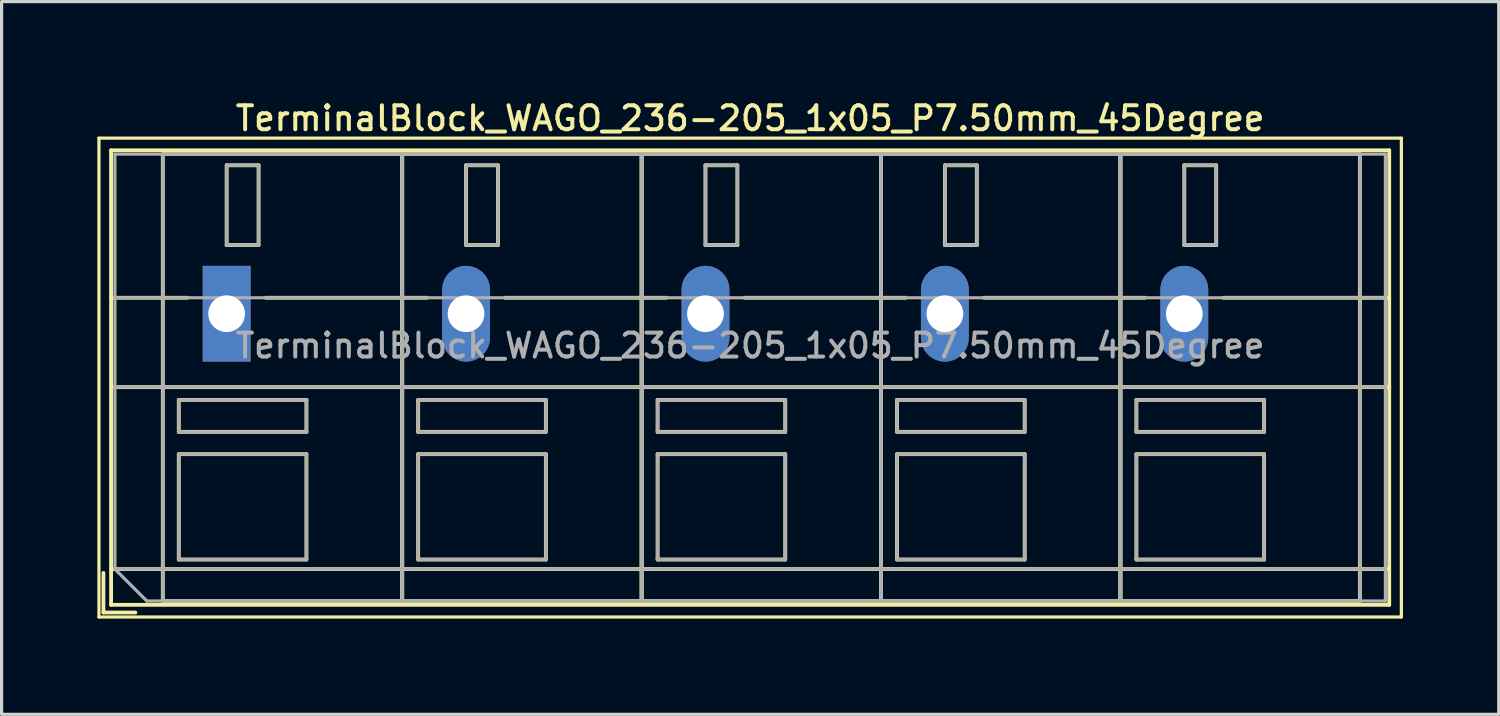
<source format=kicad_pcb>
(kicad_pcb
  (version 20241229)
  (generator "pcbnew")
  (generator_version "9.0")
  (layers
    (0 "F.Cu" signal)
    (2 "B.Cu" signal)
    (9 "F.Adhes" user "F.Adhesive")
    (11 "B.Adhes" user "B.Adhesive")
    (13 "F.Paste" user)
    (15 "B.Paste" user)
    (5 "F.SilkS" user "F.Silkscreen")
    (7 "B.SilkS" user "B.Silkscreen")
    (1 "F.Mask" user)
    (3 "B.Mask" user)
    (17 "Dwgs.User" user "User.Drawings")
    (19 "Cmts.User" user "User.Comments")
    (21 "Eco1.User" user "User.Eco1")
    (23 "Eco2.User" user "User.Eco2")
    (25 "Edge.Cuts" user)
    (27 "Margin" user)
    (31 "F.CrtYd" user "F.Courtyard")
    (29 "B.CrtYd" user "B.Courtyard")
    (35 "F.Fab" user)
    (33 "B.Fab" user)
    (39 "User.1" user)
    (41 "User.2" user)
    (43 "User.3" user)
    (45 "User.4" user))
  (footprint "TerminalBlock_WAGO_236-205_1x05_P7.50mm_45Degree"
    (layer "F.Cu")
    (at 4.05 6.778)
    (property "Reference" "TerminalBlock_WAGO_236-205_1x05_P7.50mm_45Degree" (at 16.4 -6.12 0) (layer "F.SilkS") (effects (font (size 0.75 0.75) (thickness 0.125))))
    (attr through_hole)
    (fp_line (start -4 -5.5) (end -4 9.5) (stroke (width 0.1) (type solid)) (layer "F.SilkS"))
    (fp_line (start -4 9.5) (end 36.8 9.5) (stroke (width 0.1) (type solid)) (layer "F.SilkS"))
    (fp_line (start -3.86 8.12) (end -3.86 9.36) (stroke (width 0.12) (type solid)) (layer "F.SilkS"))
    (fp_line (start -3.86 9.36) (end -2.86 9.36) (stroke (width 0.12) (type solid)) (layer "F.SilkS"))
    (fp_line (start -3.62 -5.12) (end -3.62 9.12) (stroke (width 0.12) (type solid)) (layer "F.SilkS"))
    (fp_line (start -3.62 -5.12) (end 36.42 -5.12) (stroke (width 0.12) (type solid)) (layer "F.SilkS"))
    (fp_line (start -3.62 -0.5) (end -1.23 -0.5) (stroke (width 0.12) (type solid)) (layer "F.SilkS"))
    (fp_line (start -3.62 2.3) (end 36.42 2.3) (stroke (width 0.12) (type solid)) (layer "F.SilkS"))
    (fp_line (start -3.62 8) (end 36.42 8) (stroke (width 0.12) (type solid)) (layer "F.SilkS"))
    (fp_line (start -3.62 9.12) (end 36.42 9.12) (stroke (width 0.12) (type solid)) (layer "F.SilkS"))
    (fp_line (start -2 -5) (end -2 9) (stroke (width 0.12) (type solid)) (layer "F.SilkS"))
    (fp_line (start -2 -5) (end 5.5 -5) (stroke (width 0.12) (type solid)) (layer "F.SilkS"))
    (fp_line (start -2 9) (end 5.5 9) (stroke (width 0.12) (type solid)) (layer "F.SilkS"))
    (fp_line (start -1.5 2.7) (end -1.5 3.7) (stroke (width 0.12) (type solid)) (layer "F.SilkS"))
    (fp_line (start -1.5 2.7) (end 2.5 2.7) (stroke (width 0.12) (type solid)) (layer "F.SilkS"))
    (fp_line (start -1.5 3.7) (end 2.5 3.7) (stroke (width 0.12) (type solid)) (layer "F.SilkS"))
    (fp_line (start -1.5 4.4) (end -1.5 7.7) (stroke (width 0.12) (type solid)) (layer "F.SilkS"))
    (fp_line (start -1.5 4.4) (end 2.5 4.4) (stroke (width 0.12) (type solid)) (layer "F.SilkS"))
    (fp_line (start -1.5 7.7) (end 2.5 7.7) (stroke (width 0.12) (type solid)) (layer "F.SilkS"))
    (fp_line (start 0 -4.65) (end 0 -2.151) (stroke (width 0.12) (type solid)) (layer "F.SilkS"))
    (fp_line (start 0 -4.65) (end 1 -4.65) (stroke (width 0.12) (type solid)) (layer "F.SilkS"))
    (fp_line (start 0 -2.151) (end 1 -2.151) (stroke (width 0.12) (type solid)) (layer "F.SilkS"))
    (fp_line (start 1 -4.65) (end 1 -2.151) (stroke (width 0.12) (type solid)) (layer "F.SilkS"))
    (fp_line (start 1.23 -0.5) (end 6.27 -0.5) (stroke (width 0.12) (type solid)) (layer "F.SilkS"))
    (fp_line (start 2.5 2.7) (end 2.5 3.7) (stroke (width 0.12) (type solid)) (layer "F.SilkS"))
    (fp_line (start 2.5 4.4) (end 2.5 7.7) (stroke (width 0.12) (type solid)) (layer "F.SilkS"))
    (fp_line (start 5.5 -5) (end 5.5 9) (stroke (width 0.12) (type solid)) (layer "F.SilkS"))
    (fp_line (start 5.5 -5) (end 5.5 9) (stroke (width 0.12) (type solid)) (layer "F.SilkS"))
    (fp_line (start 5.5 -5) (end 13 -5) (stroke (width 0.12) (type solid)) (layer "F.SilkS"))
    (fp_line (start 5.5 9) (end 13 9) (stroke (width 0.12) (type solid)) (layer "F.SilkS"))
    (fp_line (start 6 2.7) (end 6 3.7) (stroke (width 0.12) (type solid)) (layer "F.SilkS"))
    (fp_line (start 6 2.7) (end 10 2.7) (stroke (width 0.12) (type solid)) (layer "F.SilkS"))
    (fp_line (start 6 3.7) (end 10 3.7) (stroke (width 0.12) (type solid)) (layer "F.SilkS"))
    (fp_line (start 6 4.4) (end 6 7.7) (stroke (width 0.12) (type solid)) (layer "F.SilkS"))
    (fp_line (start 6 4.4) (end 10 4.4) (stroke (width 0.12) (type solid)) (layer "F.SilkS"))
    (fp_line (start 6 7.7) (end 10 7.7) (stroke (width 0.12) (type solid)) (layer "F.SilkS"))
    (fp_line (start 7.5 -4.65) (end 7.5 -2.151) (stroke (width 0.12) (type solid)) (layer "F.SilkS"))
    (fp_line (start 7.5 -4.65) (end 8.5 -4.65) (stroke (width 0.12) (type solid)) (layer "F.SilkS"))
    (fp_line (start 7.5 -2.151) (end 8.5 -2.151) (stroke (width 0.12) (type solid)) (layer "F.SilkS"))
    (fp_line (start 8.5 -4.65) (end 8.5 -2.151) (stroke (width 0.12) (type solid)) (layer "F.SilkS"))
    (fp_line (start 8.73 -0.5) (end 13.77 -0.5) (stroke (width 0.12) (type solid)) (layer "F.SilkS"))
    (fp_line (start 10 2.7) (end 10 3.7) (stroke (width 0.12) (type solid)) (layer "F.SilkS"))
    (fp_line (start 10 4.4) (end 10 7.7) (stroke (width 0.12) (type solid)) (layer "F.SilkS"))
    (fp_line (start 13 -5) (end 13 9) (stroke (width 0.12) (type solid)) (layer "F.SilkS"))
    (fp_line (start 13 -5) (end 13 9) (stroke (width 0.12) (type solid)) (layer "F.SilkS"))
    (fp_line (start 13 -5) (end 20.5 -5) (stroke (width 0.12) (type solid)) (layer "F.SilkS"))
    (fp_line (start 13 9) (end 20.5 9) (stroke (width 0.12) (type solid)) (layer "F.SilkS"))
    (fp_line (start 13.5 2.7) (end 13.5 3.7) (stroke (width 0.12) (type solid)) (layer "F.SilkS"))
    (fp_line (start 13.5 2.7) (end 17.5 2.7) (stroke (width 0.12) (type solid)) (layer "F.SilkS"))
    (fp_line (start 13.5 3.7) (end 17.5 3.7) (stroke (width 0.12) (type solid)) (layer "F.SilkS"))
    (fp_line (start 13.5 4.4) (end 13.5 7.7) (stroke (width 0.12) (type solid)) (layer "F.SilkS"))
    (fp_line (start 13.5 4.4) (end 17.5 4.4) (stroke (width 0.12) (type solid)) (layer "F.SilkS"))
    (fp_line (start 13.5 7.7) (end 17.5 7.7) (stroke (width 0.12) (type solid)) (layer "F.SilkS"))
    (fp_line (start 15 -4.65) (end 15 -2.151) (stroke (width 0.12) (type solid)) (layer "F.SilkS"))
    (fp_line (start 15 -4.65) (end 16 -4.65) (stroke (width 0.12) (type solid)) (layer "F.SilkS"))
    (fp_line (start 15 -2.151) (end 16 -2.151) (stroke (width 0.12) (type solid)) (layer "F.SilkS"))
    (fp_line (start 16 -4.65) (end 16 -2.151) (stroke (width 0.12) (type solid)) (layer "F.SilkS"))
    (fp_line (start 16.23 -0.5) (end 21.27 -0.5) (stroke (width 0.12) (type solid)) (layer "F.SilkS"))
    (fp_line (start 17.5 2.7) (end 17.5 3.7) (stroke (width 0.12) (type solid)) (layer "F.SilkS"))
    (fp_line (start 17.5 4.4) (end 17.5 7.7) (stroke (width 0.12) (type solid)) (layer "F.SilkS"))
    (fp_line (start 20.5 -5) (end 20.5 9) (stroke (width 0.12) (type solid)) (layer "F.SilkS"))
    (fp_line (start 20.5 -5) (end 20.5 9) (stroke (width 0.12) (type solid)) (layer "F.SilkS"))
    (fp_line (start 20.5 -5) (end 28 -5) (stroke (width 0.12) (type solid)) (layer "F.SilkS"))
    (fp_line (start 20.5 9) (end 28 9) (stroke (width 0.12) (type solid)) (layer "F.SilkS"))
    (fp_line (start 21 2.7) (end 21 3.7) (stroke (width 0.12) (type solid)) (layer "F.SilkS"))
    (fp_line (start 21 2.7) (end 25 2.7) (stroke (width 0.12) (type solid)) (layer "F.SilkS"))
    (fp_line (start 21 3.7) (end 25 3.7) (stroke (width 0.12) (type solid)) (layer "F.SilkS"))
    (fp_line (start 21 4.4) (end 21 7.7) (stroke (width 0.12) (type solid)) (layer "F.SilkS"))
    (fp_line (start 21 4.4) (end 25 4.4) (stroke (width 0.12) (type solid)) (layer "F.SilkS"))
    (fp_line (start 21 7.7) (end 25 7.7) (stroke (width 0.12) (type solid)) (layer "F.SilkS"))
    (fp_line (start 22.5 -4.65) (end 22.5 -2.151) (stroke (width 0.12) (type solid)) (layer "F.SilkS"))
    (fp_line (start 22.5 -4.65) (end 23.5 -4.65) (stroke (width 0.12) (type solid)) (layer "F.SilkS"))
    (fp_line (start 22.5 -2.151) (end 23.5 -2.151) (stroke (width 0.12) (type solid)) (layer "F.SilkS"))
    (fp_line (start 23.5 -4.65) (end 23.5 -2.151) (stroke (width 0.12) (type solid)) (layer "F.SilkS"))
    (fp_line (start 23.73 -0.5) (end 28.77 -0.5) (stroke (width 0.12) (type solid)) (layer "F.SilkS"))
    (fp_line (start 25 2.7) (end 25 3.7) (stroke (width 0.12) (type solid)) (layer "F.SilkS"))
    (fp_line (start 25 4.4) (end 25 7.7) (stroke (width 0.12) (type solid)) (layer "F.SilkS"))
    (fp_line (start 28 -5) (end 28 9) (stroke (width 0.12) (type solid)) (layer "F.SilkS"))
    (fp_line (start 28 -5) (end 28 9) (stroke (width 0.12) (type solid)) (layer "F.SilkS"))
    (fp_line (start 28 -5) (end 35.5 -5) (stroke (width 0.12) (type solid)) (layer "F.SilkS"))
    (fp_line (start 28 9) (end 35.5 9) (stroke (width 0.12) (type solid)) (layer "F.SilkS"))
    (fp_line (start 28.5 2.7) (end 28.5 3.7) (stroke (width 0.12) (type solid)) (layer "F.SilkS"))
    (fp_line (start 28.5 2.7) (end 32.5 2.7) (stroke (width 0.12) (type solid)) (layer "F.SilkS"))
    (fp_line (start 28.5 3.7) (end 32.5 3.7) (stroke (width 0.12) (type solid)) (layer "F.SilkS"))
    (fp_line (start 28.5 4.4) (end 28.5 7.7) (stroke (width 0.12) (type solid)) (layer "F.SilkS"))
    (fp_line (start 28.5 4.4) (end 32.5 4.4) (stroke (width 0.12) (type solid)) (layer "F.SilkS"))
    (fp_line (start 28.5 7.7) (end 32.5 7.7) (stroke (width 0.12) (type solid)) (layer "F.SilkS"))
    (fp_line (start 30 -4.65) (end 30 -2.151) (stroke (width 0.12) (type solid)) (layer "F.SilkS"))
    (fp_line (start 30 -4.65) (end 31 -4.65) (stroke (width 0.12) (type solid)) (layer "F.SilkS"))
    (fp_line (start 30 -2.151) (end 31 -2.151) (stroke (width 0.12) (type solid)) (layer "F.SilkS"))
    (fp_line (start 31 -4.65) (end 31 -2.151) (stroke (width 0.12) (type solid)) (layer "F.SilkS"))
    (fp_line (start 31.23 -0.5) (end 36.42 -0.5) (stroke (width 0.12) (type solid)) (layer "F.SilkS"))
    (fp_line (start 32.5 2.7) (end 32.5 3.7) (stroke (width 0.12) (type solid)) (layer "F.SilkS"))
    (fp_line (start 32.5 4.4) (end 32.5 7.7) (stroke (width 0.12) (type solid)) (layer "F.SilkS"))
    (fp_line (start 35.5 -5) (end 35.5 9) (stroke (width 0.12) (type solid)) (layer "F.SilkS"))
    (fp_line (start 36.42 -5.12) (end 36.42 9.12) (stroke (width 0.12) (type solid)) (layer "F.SilkS"))
    (fp_line (start 36.8 -5.5) (end -4 -5.5) (stroke (width 0.1) (type solid)) (layer "F.SilkS"))
    (fp_line (start 36.8 9.5) (end 36.8 -5.5) (stroke (width 0.1) (type solid)) (layer "F.SilkS"))
    (fp_line (start -3.5 -5) (end 36.3 -5) (stroke (width 0.1) (type solid)) (layer "F.Fab"))
    (fp_line (start -3.5 -0.5) (end 36.3 -0.5) (stroke (width 0.1) (type solid)) (layer "F.Fab"))
    (fp_line (start -3.5 2.3) (end 36.3 2.3) (stroke (width 0.1) (type solid)) (layer "F.Fab"))
    (fp_line (start -3.5 8) (end -3.5 -5) (stroke (width 0.1) (type solid)) (layer "F.Fab"))
    (fp_line (start -3.5 8) (end 36.3 8) (stroke (width 0.1) (type solid)) (layer "F.Fab"))
    (fp_line (start -2.5 9) (end -3.5 8) (stroke (width 0.1) (type solid)) (layer "F.Fab"))
    (fp_line (start -2 -5) (end -2 9) (stroke (width 0.1) (type solid)) (layer "F.Fab"))
    (fp_line (start -2 9) (end 5.5 9) (stroke (width 0.1) (type solid)) (layer "F.Fab"))
    (fp_line (start -1.5 2.7) (end -1.5 3.7) (stroke (width 0.1) (type solid)) (layer "F.Fab"))
    (fp_line (start -1.5 3.7) (end 2.5 3.7) (stroke (width 0.1) (type solid)) (layer "F.Fab"))
    (fp_line (start -1.5 4.4) (end -1.5 7.7) (stroke (width 0.1) (type solid)) (layer "F.Fab"))
    (fp_line (start -1.5 7.7) (end 2.5 7.7) (stroke (width 0.1) (type solid)) (layer "F.Fab"))
    (fp_line (start 0 -4.65) (end 0 -2.15) (stroke (width 0.1) (type solid)) (layer "F.Fab"))
    (fp_line (start 0 -2.15) (end 1 -2.15) (stroke (width 0.1) (type solid)) (layer "F.Fab"))
    (fp_line (start 1 -4.65) (end 0 -4.65) (stroke (width 0.1) (type solid)) (layer "F.Fab"))
    (fp_line (start 1 -2.15) (end 1 -4.65) (stroke (width 0.1) (type solid)) (layer "F.Fab"))
    (fp_line (start 2.5 2.7) (end -1.5 2.7) (stroke (width 0.1) (type solid)) (layer "F.Fab"))
    (fp_line (start 2.5 3.7) (end 2.5 2.7) (stroke (width 0.1) (type solid)) (layer "F.Fab"))
    (fp_line (start 2.5 4.4) (end -1.5 4.4) (stroke (width 0.1) (type solid)) (layer "F.Fab"))
    (fp_line (start 2.5 7.7) (end 2.5 4.4) (stroke (width 0.1) (type solid)) (layer "F.Fab"))
    (fp_line (start 5.5 -5) (end -2 -5) (stroke (width 0.1) (type solid)) (layer "F.Fab"))
    (fp_line (start 5.5 -5) (end 5.5 9) (stroke (width 0.1) (type solid)) (layer "F.Fab"))
    (fp_line (start 5.5 9) (end 5.5 -5) (stroke (width 0.1) (type solid)) (layer "F.Fab"))
    (fp_line (start 5.5 9) (end 13 9) (stroke (width 0.1) (type solid)) (layer "F.Fab"))
    (fp_line (start 6 2.7) (end 6 3.7) (stroke (width 0.1) (type solid)) (layer "F.Fab"))
    (fp_line (start 6 3.7) (end 10 3.7) (stroke (width 0.1) (type solid)) (layer "F.Fab"))
    (fp_line (start 6 4.4) (end 6 7.7) (stroke (width 0.1) (type solid)) (layer "F.Fab"))
    (fp_line (start 6 7.7) (end 10 7.7) (stroke (width 0.1) (type solid)) (layer "F.Fab"))
    (fp_line (start 7.5 -4.65) (end 7.5 -2.15) (stroke (width 0.1) (type solid)) (layer "F.Fab"))
    (fp_line (start 7.5 -2.15) (end 8.5 -2.15) (stroke (width 0.1) (type solid)) (layer "F.Fab"))
    (fp_line (start 8.5 -4.65) (end 7.5 -4.65) (stroke (width 0.1) (type solid)) (layer "F.Fab"))
    (fp_line (start 8.5 -2.15) (end 8.5 -4.65) (stroke (width 0.1) (type solid)) (layer "F.Fab"))
    (fp_line (start 10 2.7) (end 6 2.7) (stroke (width 0.1) (type solid)) (layer "F.Fab"))
    (fp_line (start 10 3.7) (end 10 2.7) (stroke (width 0.1) (type solid)) (layer "F.Fab"))
    (fp_line (start 10 4.4) (end 6 4.4) (stroke (width 0.1) (type solid)) (layer "F.Fab"))
    (fp_line (start 10 7.7) (end 10 4.4) (stroke (width 0.1) (type solid)) (layer "F.Fab"))
    (fp_line (start 13 -5) (end 5.5 -5) (stroke (width 0.1) (type solid)) (layer "F.Fab"))
    (fp_line (start 13 -5) (end 13 9) (stroke (width 0.1) (type solid)) (layer "F.Fab"))
    (fp_line (start 13 9) (end 13 -5) (stroke (width 0.1) (type solid)) (layer "F.Fab"))
    (fp_line (start 13 9) (end 20.5 9) (stroke (width 0.1) (type solid)) (layer "F.Fab"))
    (fp_line (start 13.5 2.7) (end 13.5 3.7) (stroke (width 0.1) (type solid)) (layer "F.Fab"))
    (fp_line (start 13.5 3.7) (end 17.5 3.7) (stroke (width 0.1) (type solid)) (layer "F.Fab"))
    (fp_line (start 13.5 4.4) (end 13.5 7.7) (stroke (width 0.1) (type solid)) (layer "F.Fab"))
    (fp_line (start 13.5 7.7) (end 17.5 7.7) (stroke (width 0.1) (type solid)) (layer "F.Fab"))
    (fp_line (start 15 -4.65) (end 15 -2.15) (stroke (width 0.1) (type solid)) (layer "F.Fab"))
    (fp_line (start 15 -2.15) (end 16 -2.15) (stroke (width 0.1) (type solid)) (layer "F.Fab"))
    (fp_line (start 16 -4.65) (end 15 -4.65) (stroke (width 0.1) (type solid)) (layer "F.Fab"))
    (fp_line (start 16 -2.15) (end 16 -4.65) (stroke (width 0.1) (type solid)) (layer "F.Fab"))
    (fp_line (start 17.5 2.7) (end 13.5 2.7) (stroke (width 0.1) (type solid)) (layer "F.Fab"))
    (fp_line (start 17.5 3.7) (end 17.5 2.7) (stroke (width 0.1) (type solid)) (layer "F.Fab"))
    (fp_line (start 17.5 4.4) (end 13.5 4.4) (stroke (width 0.1) (type solid)) (layer "F.Fab"))
    (fp_line (start 17.5 7.7) (end 17.5 4.4) (stroke (width 0.1) (type solid)) (layer "F.Fab"))
    (fp_line (start 20.5 -5) (end 13 -5) (stroke (width 0.1) (type solid)) (layer "F.Fab"))
    (fp_line (start 20.5 -5) (end 20.5 9) (stroke (width 0.1) (type solid)) (layer "F.Fab"))
    (fp_line (start 20.5 9) (end 20.5 -5) (stroke (width 0.1) (type solid)) (layer "F.Fab"))
    (fp_line (start 20.5 9) (end 28 9) (stroke (width 0.1) (type solid)) (layer "F.Fab"))
    (fp_line (start 21 2.7) (end 21 3.7) (stroke (width 0.1) (type solid)) (layer "F.Fab"))
    (fp_line (start 21 3.7) (end 25 3.7) (stroke (width 0.1) (type solid)) (layer "F.Fab"))
    (fp_line (start 21 4.4) (end 21 7.7) (stroke (width 0.1) (type solid)) (layer "F.Fab"))
    (fp_line (start 21 7.7) (end 25 7.7) (stroke (width 0.1) (type solid)) (layer "F.Fab"))
    (fp_line (start 22.5 -4.65) (end 22.5 -2.15) (stroke (width 0.1) (type solid)) (layer "F.Fab"))
    (fp_line (start 22.5 -2.15) (end 23.5 -2.15) (stroke (width 0.1) (type solid)) (layer "F.Fab"))
    (fp_line (start 23.5 -4.65) (end 22.5 -4.65) (stroke (width 0.1) (type solid)) (layer "F.Fab"))
    (fp_line (start 23.5 -2.15) (end 23.5 -4.65) (stroke (width 0.1) (type solid)) (layer "F.Fab"))
    (fp_line (start 25 2.7) (end 21 2.7) (stroke (width 0.1) (type solid)) (layer "F.Fab"))
    (fp_line (start 25 3.7) (end 25 2.7) (stroke (width 0.1) (type solid)) (layer "F.Fab"))
    (fp_line (start 25 4.4) (end 21 4.4) (stroke (width 0.1) (type solid)) (layer "F.Fab"))
    (fp_line (start 25 7.7) (end 25 4.4) (stroke (width 0.1) (type solid)) (layer "F.Fab"))
    (fp_line (start 28 -5) (end 20.5 -5) (stroke (width 0.1) (type solid)) (layer "F.Fab"))
    (fp_line (start 28 -5) (end 28 9) (stroke (width 0.1) (type solid)) (layer "F.Fab"))
    (fp_line (start 28 9) (end 28 -5) (stroke (width 0.1) (type solid)) (layer "F.Fab"))
    (fp_line (start 28 9) (end 35.5 9) (stroke (width 0.1) (type solid)) (layer "F.Fab"))
    (fp_line (start 28.5 2.7) (end 28.5 3.7) (stroke (width 0.1) (type solid)) (layer "F.Fab"))
    (fp_line (start 28.5 3.7) (end 32.5 3.7) (stroke (width 0.1) (type solid)) (layer "F.Fab"))
    (fp_line (start 28.5 4.4) (end 28.5 7.7) (stroke (width 0.1) (type solid)) (layer "F.Fab"))
    (fp_line (start 28.5 7.7) (end 32.5 7.7) (stroke (width 0.1) (type solid)) (layer "F.Fab"))
    (fp_line (start 30 -4.65) (end 30 -2.15) (stroke (width 0.1) (type solid)) (layer "F.Fab"))
    (fp_line (start 30 -2.15) (end 31 -2.15) (stroke (width 0.1) (type solid)) (layer "F.Fab"))
    (fp_line (start 31 -4.65) (end 30 -4.65) (stroke (width 0.1) (type solid)) (layer "F.Fab"))
    (fp_line (start 31 -2.15) (end 31 -4.65) (stroke (width 0.1) (type solid)) (layer "F.Fab"))
    (fp_line (start 32.5 2.7) (end 28.5 2.7) (stroke (width 0.1) (type solid)) (layer "F.Fab"))
    (fp_line (start 32.5 3.7) (end 32.5 2.7) (stroke (width 0.1) (type solid)) (layer "F.Fab"))
    (fp_line (start 32.5 4.4) (end 28.5 4.4) (stroke (width 0.1) (type solid)) (layer "F.Fab"))
    (fp_line (start 32.5 7.7) (end 32.5 4.4) (stroke (width 0.1) (type solid)) (layer "F.Fab"))
    (fp_line (start 35.5 -5) (end 28 -5) (stroke (width 0.1) (type solid)) (layer "F.Fab"))
    (fp_line (start 35.5 9) (end 35.5 -5) (stroke (width 0.1) (type solid)) (layer "F.Fab"))
    (fp_line (start 36.3 -5) (end 36.3 9) (stroke (width 0.1) (type solid)) (layer "F.Fab"))
    (fp_line (start 36.3 9) (end -2.5 9) (stroke (width 0.1) (type solid)) (layer "F.Fab"))
    (fp_text user "${REFERENCE}" (at 16.4 1 0) (layer "F.Fab") (effects (font (size 0.75 0.75) (thickness 0.125))))
    (pad "1" thru_hole rect (at 0 0) (size 1.5 3) (drill 1.15) (layers "*.Cu" "*.Mask"))
    (pad "2" thru_hole oval (at 7.5 0) (size 1.5 3) (drill 1.15) (layers "*.Cu" "*.Mask"))
    (pad "3" thru_hole oval (at 15 0) (size 1.5 3) (drill 1.15) (layers "*.Cu" "*.Mask"))
    (pad "4" thru_hole oval (at 22.5 0) (size 1.5 3) (drill 1.15) (layers "*.Cu" "*.Mask"))
    (pad "5" thru_hole oval (at 30 0) (size 1.5 3) (drill 1.15) (layers "*.Cu" "*.Mask")))
  (gr_rect
    (start -3 -3)
    (end 43.9 19.328)
    (stroke (width 0.1) (type default))
    (fill no)
    (layer "Edge.Cuts")))
</source>
